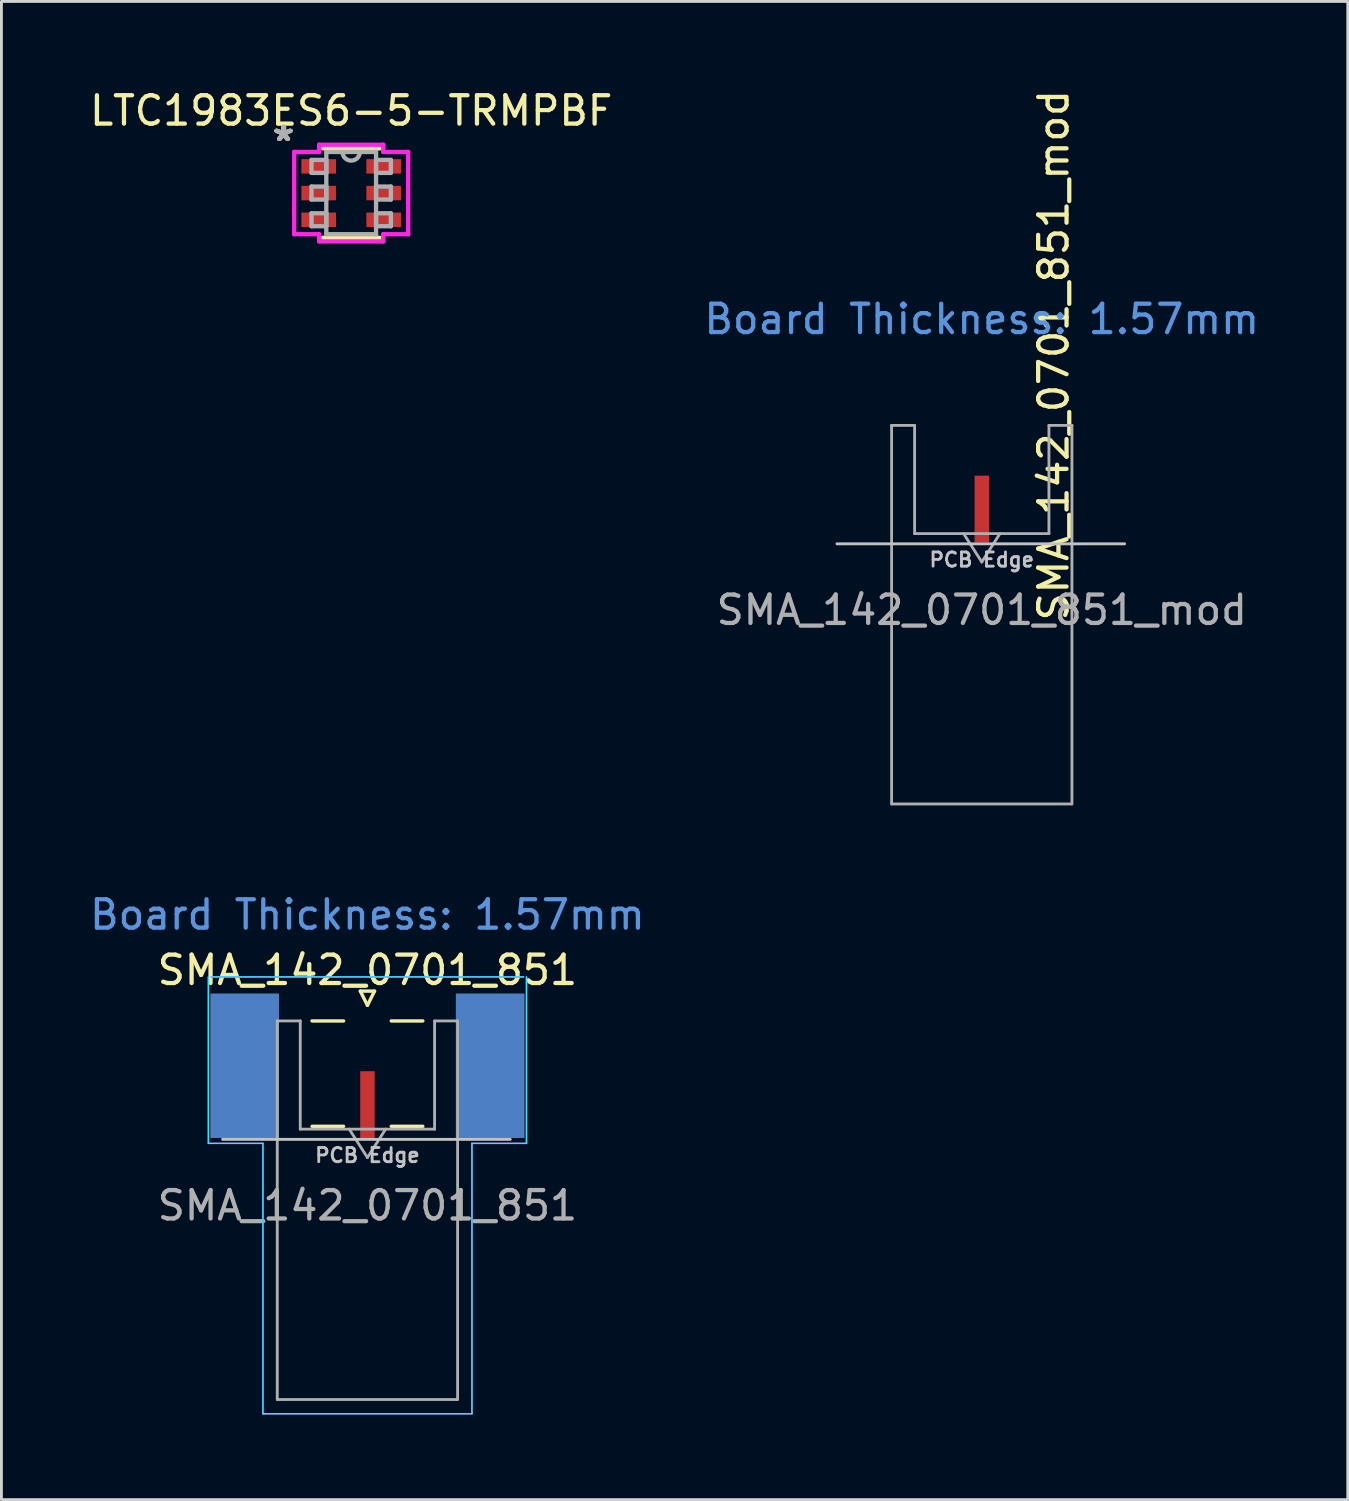
<source format=kicad_pcb>
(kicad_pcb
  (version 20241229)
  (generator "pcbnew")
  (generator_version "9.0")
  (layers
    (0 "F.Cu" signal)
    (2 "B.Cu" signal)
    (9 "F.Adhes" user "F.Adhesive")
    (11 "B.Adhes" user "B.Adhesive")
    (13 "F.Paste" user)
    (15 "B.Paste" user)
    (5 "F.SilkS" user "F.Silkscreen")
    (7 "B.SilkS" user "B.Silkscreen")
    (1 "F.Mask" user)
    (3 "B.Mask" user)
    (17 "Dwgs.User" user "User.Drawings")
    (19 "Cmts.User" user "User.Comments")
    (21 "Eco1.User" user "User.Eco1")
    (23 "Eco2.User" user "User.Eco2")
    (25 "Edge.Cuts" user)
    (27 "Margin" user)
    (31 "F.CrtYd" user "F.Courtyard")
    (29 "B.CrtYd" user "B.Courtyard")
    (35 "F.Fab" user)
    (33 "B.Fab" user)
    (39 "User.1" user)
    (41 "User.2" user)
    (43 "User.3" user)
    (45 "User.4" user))
  (footprint "SMA_142_0701_851_mod"
    (layer "F.Cu")
    (at 31.518 13.638)
    (property "Reference" "SMA_142_0701_851_mod" (at 2.53 -4.18 270) (layer "F.SilkS") (effects (font (size 1 1) (thickness 0.15))))
    (attr smd)
    (fp_line (start 5.03 2.46) (end -5.1 2.46) (stroke (width 0.1) (type solid)) (layer "Dwgs.User"))
    (fp_line (start -3.175 -1.71) (end -3.175 11.62) (stroke (width 0.1) (type solid)) (layer "F.Fab"))
    (fp_line (start -2.365 -1.71) (end -3.175 -1.71) (stroke (width 0.1) (type solid)) (layer "F.Fab"))
    (fp_line (start -2.365 2.1) (end -2.365 -1.71) (stroke (width 0.1) (type solid)) (layer "F.Fab"))
    (fp_line (start 0 3.1) (end -0.64 2.1) (stroke (width 0.1) (type solid)) (layer "F.Fab"))
    (fp_line (start 0.64 2.1) (end 0 3.1) (stroke (width 0.1) (type solid)) (layer "F.Fab"))
    (fp_line (start 2.365 -1.71) (end 2.365 2.1) (stroke (width 0.1) (type solid)) (layer "F.Fab"))
    (fp_line (start 2.365 2.1) (end -2.365 2.1) (stroke (width 0.1) (type solid)) (layer "F.Fab"))
    (fp_line (start 3.165 11.62) (end -3.165 11.62) (stroke (width 0.1) (type solid)) (layer "F.Fab"))
    (fp_line (start 3.175 -1.71) (end 2.365 -1.71) (stroke (width 0.1) (type solid)) (layer "F.Fab"))
    (fp_line (start 3.175 -1.71) (end 3.175 11.62) (stroke (width 0.1) (type solid)) (layer "F.Fab"))
    (fp_text user "PCB Edge" (at 0 3.02 0) (layer "Dwgs.User") (effects (font (size 0.5 0.5) (thickness 0.1))))
    (fp_text user "Board Thickness: 1.57mm" (at 0 -5.45 0) (layer "Cmts.User") (effects (font (size 1 1) (thickness 0.15))))
    (fp_text user "${REFERENCE}" (at 0 4.79 180) (layer "F.Fab") (effects (font (size 1 1) (thickness 0.15))))
    (pad "1" smd rect (at 0 1.235) (size 0.508 2.35) (layers "F.Cu" "F.Mask")))
  (footprint "LTC1983ES6-5-TRMPBF"
    (layer "F.Cu")
    (at 9.315 3.748)
    (property "Reference" "LTC1983ES6-5-TRMPBF" (at 0 -2.9 0) (layer "F.SilkS") (effects (font (size 1 1) (thickness 0.15))))
    (attr through_hole)
    (fp_line (start -1.003 1.575) (end 1.003 1.575) (stroke (width 0.152) (type solid)) (layer "F.SilkS"))
    (fp_line (start 1.003 -1.575) (end -1.003 -1.575) (stroke (width 0.152) (type solid)) (layer "F.SilkS"))
    (fp_line (start -2.007 -1.448) (end -1.13 -1.448) (stroke (width 0.152) (type solid)) (layer "F.CrtYd"))
    (fp_line (start -2.007 1.448) (end -2.007 -1.448) (stroke (width 0.152) (type solid)) (layer "F.CrtYd"))
    (fp_line (start -1.13 -1.702) (end 1.13 -1.702) (stroke (width 0.152) (type solid)) (layer "F.CrtYd"))
    (fp_line (start -1.13 -1.448) (end -1.13 -1.702) (stroke (width 0.152) (type solid)) (layer "F.CrtYd"))
    (fp_line (start -1.13 1.448) (end -2.007 1.448) (stroke (width 0.152) (type solid)) (layer "F.CrtYd"))
    (fp_line (start -1.13 1.702) (end -1.13 1.448) (stroke (width 0.152) (type solid)) (layer "F.CrtYd"))
    (fp_line (start 1.13 -1.702) (end 1.13 -1.448) (stroke (width 0.152) (type solid)) (layer "F.CrtYd"))
    (fp_line (start 1.13 -1.448) (end 2.007 -1.448) (stroke (width 0.152) (type solid)) (layer "F.CrtYd"))
    (fp_line (start 1.13 1.448) (end 1.13 1.702) (stroke (width 0.152) (type solid)) (layer "F.CrtYd"))
    (fp_line (start 1.13 1.702) (end -1.13 1.702) (stroke (width 0.152) (type solid)) (layer "F.CrtYd"))
    (fp_line (start 2.007 -1.448) (end 2.007 1.448) (stroke (width 0.152) (type solid)) (layer "F.CrtYd"))
    (fp_line (start 2.007 1.448) (end 1.13 1.448) (stroke (width 0.152) (type solid)) (layer "F.CrtYd"))
    (fp_line (start -1.397 -1.168) (end -1.397 -0.711) (stroke (width 0.152) (type solid)) (layer "F.Fab"))
    (fp_line (start -1.397 -0.711) (end -0.876 -0.711) (stroke (width 0.152) (type solid)) (layer "F.Fab"))
    (fp_line (start -1.397 -0.229) (end -1.397 0.229) (stroke (width 0.152) (type solid)) (layer "F.Fab"))
    (fp_line (start -1.397 0.229) (end -0.876 0.229) (stroke (width 0.152) (type solid)) (layer "F.Fab"))
    (fp_line (start -1.397 0.711) (end -1.397 1.168) (stroke (width 0.152) (type solid)) (layer "F.Fab"))
    (fp_line (start -1.397 1.168) (end -0.876 1.168) (stroke (width 0.152) (type solid)) (layer "F.Fab"))
    (fp_line (start -0.876 -1.448) (end -0.876 1.448) (stroke (width 0.152) (type solid)) (layer "F.Fab"))
    (fp_line (start -0.876 -1.168) (end -1.397 -1.168) (stroke (width 0.152) (type solid)) (layer "F.Fab"))
    (fp_line (start -0.876 -0.711) (end -0.876 -1.168) (stroke (width 0.152) (type solid)) (layer "F.Fab"))
    (fp_line (start -0.876 -0.229) (end -1.397 -0.229) (stroke (width 0.152) (type solid)) (layer "F.Fab"))
    (fp_line (start -0.876 0.229) (end -0.876 -0.229) (stroke (width 0.152) (type solid)) (layer "F.Fab"))
    (fp_line (start -0.876 0.711) (end -1.397 0.711) (stroke (width 0.152) (type solid)) (layer "F.Fab"))
    (fp_line (start -0.876 1.168) (end -0.876 0.711) (stroke (width 0.152) (type solid)) (layer "F.Fab"))
    (fp_line (start -0.876 1.448) (end 0.876 1.448) (stroke (width 0.152) (type solid)) (layer "F.Fab"))
    (fp_line (start 0.876 -1.448) (end -0.876 -1.448) (stroke (width 0.152) (type solid)) (layer "F.Fab"))
    (fp_line (start 0.876 -1.168) (end 0.876 -0.711) (stroke (width 0.152) (type solid)) (layer "F.Fab"))
    (fp_line (start 0.876 -0.711) (end 1.397 -0.711) (stroke (width 0.152) (type solid)) (layer "F.Fab"))
    (fp_line (start 0.876 -0.229) (end 0.876 0.229) (stroke (width 0.152) (type solid)) (layer "F.Fab"))
    (fp_line (start 0.876 0.229) (end 1.397 0.229) (stroke (width 0.152) (type solid)) (layer "F.Fab"))
    (fp_line (start 0.876 0.711) (end 0.876 1.168) (stroke (width 0.152) (type solid)) (layer "F.Fab"))
    (fp_line (start 0.876 1.168) (end 1.397 1.168) (stroke (width 0.152) (type solid)) (layer "F.Fab"))
    (fp_line (start 0.876 1.448) (end 0.876 -1.448) (stroke (width 0.152) (type solid)) (layer "F.Fab"))
    (fp_line (start 1.397 -1.168) (end 0.876 -1.168) (stroke (width 0.152) (type solid)) (layer "F.Fab"))
    (fp_line (start 1.397 -0.711) (end 1.397 -1.168) (stroke (width 0.152) (type solid)) (layer "F.Fab"))
    (fp_line (start 1.397 -0.229) (end 0.876 -0.229) (stroke (width 0.152) (type solid)) (layer "F.Fab"))
    (fp_line (start 1.397 0.229) (end 1.397 -0.229) (stroke (width 0.152) (type solid)) (layer "F.Fab"))
    (fp_line (start 1.397 0.711) (end 0.876 0.711) (stroke (width 0.152) (type solid)) (layer "F.Fab"))
    (fp_line (start 1.397 1.168) (end 1.397 0.711) (stroke (width 0.152) (type solid)) (layer "F.Fab"))
    (fp_arc (start 0.3048 -1.4478) (mid 0 -1.143) (end -0.3048 -1.4478) (stroke (width 0.1524) (type solid)) (layer "F.Fab"))
    (fp_text user "*" (at -2.39 -1.79 0) (layer "F.SilkS") (effects (font (size 1 1) (thickness 0.15))))
    (fp_text user "*" (at -2.39 -1.79 0) (layer "F.SilkS") (effects (font (size 1 1) (thickness 0.15))))
    (fp_text user "*" (at -2.39 -1.79 0) (layer "F.Fab") (effects (font (size 1 1) (thickness 0.15))))
    (fp_text user "*" (at -2.36 -1.79 0) (layer "F.Fab") (effects (font (size 1 1) (thickness 0.15))))
    (pad "1" smd rect (at -1.143 -0.94) (size 1.219 0.508) (layers "F.Cu" "F.Mask" "F.Paste"))
    (pad "2" smd rect (at -1.143 0) (size 1.219 0.508) (layers "F.Cu" "F.Mask" "F.Paste"))
    (pad "3" smd rect (at -1.143 0.94) (size 1.219 0.508) (layers "F.Cu" "F.Mask" "F.Paste"))
    (pad "4" smd rect (at 1.143 0.94) (size 1.219 0.508) (layers "F.Cu" "F.Mask" "F.Paste"))
    (pad "5" smd rect (at 1.143 0) (size 1.219 0.508) (layers "F.Cu" "F.Mask" "F.Paste"))
    (pad "6" smd rect (at 1.143 -0.94) (size 1.219 0.508) (layers "F.Cu" "F.Mask" "F.Paste")))
  (footprint "SMA_142_0701_851"
    (layer "F.Cu")
    (at 9.887 34.607)
    (property "Reference" "SMA_142_0701_851" (at 0 -3.5 0) (layer "F.SilkS") (effects (font (size 1 1) (thickness 0.15))))
    (attr smd)
    (fp_line (start -1.95 -1.71) (end -0.84 -1.71) (stroke (width 0.12) (type solid)) (layer "F.SilkS"))
    (fp_line (start -1.95 2) (end -0.84 2) (stroke (width 0.12) (type solid)) (layer "F.SilkS"))
    (fp_line (start -0.25 -2.76) (end 0 -2.26) (stroke (width 0.12) (type solid)) (layer "F.SilkS"))
    (fp_line (start 0 -2.26) (end 0.25 -2.76) (stroke (width 0.12) (type solid)) (layer "F.SilkS"))
    (fp_line (start 0.25 -2.76) (end -0.25 -2.76) (stroke (width 0.12) (type solid)) (layer "F.SilkS"))
    (fp_line (start 0.84 -1.71) (end 1.95 -1.71) (stroke (width 0.12) (type solid)) (layer "F.SilkS"))
    (fp_line (start 0.84 2) (end 1.95 2) (stroke (width 0.12) (type solid)) (layer "F.SilkS"))
    (fp_line (start 5.03 2.46) (end -5.1 2.46) (stroke (width 0.1) (type solid)) (layer "Dwgs.User"))
    (fp_line (start -5.6 2.6) (end -5.6 -3.26) (stroke (width 0.05) (type solid)) (layer "B.CrtYd"))
    (fp_line (start -5.5 -3.26) (end 5.5 -3.26) (stroke (width 0.05) (type solid)) (layer "B.CrtYd"))
    (fp_line (start -3.68 2.6) (end -5.6 2.6) (stroke (width 0.05) (type solid)) (layer "B.CrtYd"))
    (fp_line (start -3.68 12.12) (end -3.68 2.6) (stroke (width 0.05) (type solid)) (layer "B.CrtYd"))
    (fp_line (start 3.68 2.6) (end 3.68 12.12) (stroke (width 0.05) (type solid)) (layer "B.CrtYd"))
    (fp_line (start 3.68 12.12) (end -3.68 12.12) (stroke (width 0.05) (type solid)) (layer "B.CrtYd"))
    (fp_line (start 5.6 2.6) (end 3.68 2.6) (stroke (width 0.05) (type solid)) (layer "B.CrtYd"))
    (fp_line (start 5.6 2.6) (end 5.6 -3.26) (stroke (width 0.05) (type solid)) (layer "B.CrtYd"))
    (fp_line (start -5.6 2.6) (end -5.6 -3.26) (stroke (width 0.05) (type solid)) (layer "F.CrtYd"))
    (fp_line (start -5.5 -3.26) (end 5.5 -3.26) (stroke (width 0.05) (type solid)) (layer "F.CrtYd"))
    (fp_line (start -3.68 2.6) (end -5.6 2.6) (stroke (width 0.05) (type solid)) (layer "F.CrtYd"))
    (fp_line (start -3.68 12.12) (end -3.68 2.6) (stroke (width 0.05) (type solid)) (layer "F.CrtYd"))
    (fp_line (start 3.68 2.6) (end 3.68 12.12) (stroke (width 0.05) (type solid)) (layer "F.CrtYd"))
    (fp_line (start 3.68 2.6) (end 5.6 2.6) (stroke (width 0.05) (type solid)) (layer "F.CrtYd"))
    (fp_line (start 3.68 12.12) (end -3.68 12.12) (stroke (width 0.05) (type solid)) (layer "F.CrtYd"))
    (fp_line (start 5.6 2.6) (end 5.6 -3.26) (stroke (width 0.05) (type solid)) (layer "F.CrtYd"))
    (fp_line (start -3.175 -1.71) (end -3.175 11.62) (stroke (width 0.1) (type solid)) (layer "F.Fab"))
    (fp_line (start -2.365 -1.71) (end -3.175 -1.71) (stroke (width 0.1) (type solid)) (layer "F.Fab"))
    (fp_line (start -2.365 2.1) (end -2.365 -1.71) (stroke (width 0.1) (type solid)) (layer "F.Fab"))
    (fp_line (start 0 3.1) (end -0.64 2.1) (stroke (width 0.1) (type solid)) (layer "F.Fab"))
    (fp_line (start 0.64 2.1) (end 0 3.1) (stroke (width 0.1) (type solid)) (layer "F.Fab"))
    (fp_line (start 2.365 -1.71) (end 2.365 2.1) (stroke (width 0.1) (type solid)) (layer "F.Fab"))
    (fp_line (start 2.365 2.1) (end -2.365 2.1) (stroke (width 0.1) (type solid)) (layer "F.Fab"))
    (fp_line (start 3.165 11.62) (end -3.165 11.62) (stroke (width 0.1) (type solid)) (layer "F.Fab"))
    (fp_line (start 3.175 -1.71) (end 2.365 -1.71) (stroke (width 0.1) (type solid)) (layer "F.Fab"))
    (fp_line (start 3.175 -1.71) (end 3.175 11.62) (stroke (width 0.1) (type solid)) (layer "F.Fab"))
    (fp_text user "PCB Edge" (at 0 3.02 0) (layer "Dwgs.User") (effects (font (size 0.5 0.5) (thickness 0.1))))
    (fp_text user "Board Thickness: 1.57mm" (at 0 -5.45 0) (layer "Cmts.User") (effects (font (size 1 1) (thickness 0.15))))
    (fp_text user "${REFERENCE}" (at 0 4.79 180) (layer "F.Fab") (effects (font (size 1 1) (thickness 0.15))))
    (pad "1" smd rect (at 0 1.235) (size 0.508 2.35) (layers "F.Cu" "F.Mask"))
    (pad "2" smd rect (at -4.32 -0.13) (size 2.41 5.08) (layers "F.Cu" "F.Mask"))
    (pad "2" smd rect (at -4.32 -0.13) (size 2.41 5.08) (layers "B.Cu" "B.Mask"))
    (pad "2" smd rect (at 4.32 -0.13) (size 2.41 5.08) (layers "F.Cu" "F.Mask"))
    (pad "2" smd rect (at 4.32 -0.13) (size 2.41 5.08) (layers "B.Cu" "B.Mask")))
  (gr_rect
    (start -3 -3)
    (end 44.405 49.752)
    (stroke (width 0.1) (type default))
    (fill no)
    (layer "Edge.Cuts")))
</source>
